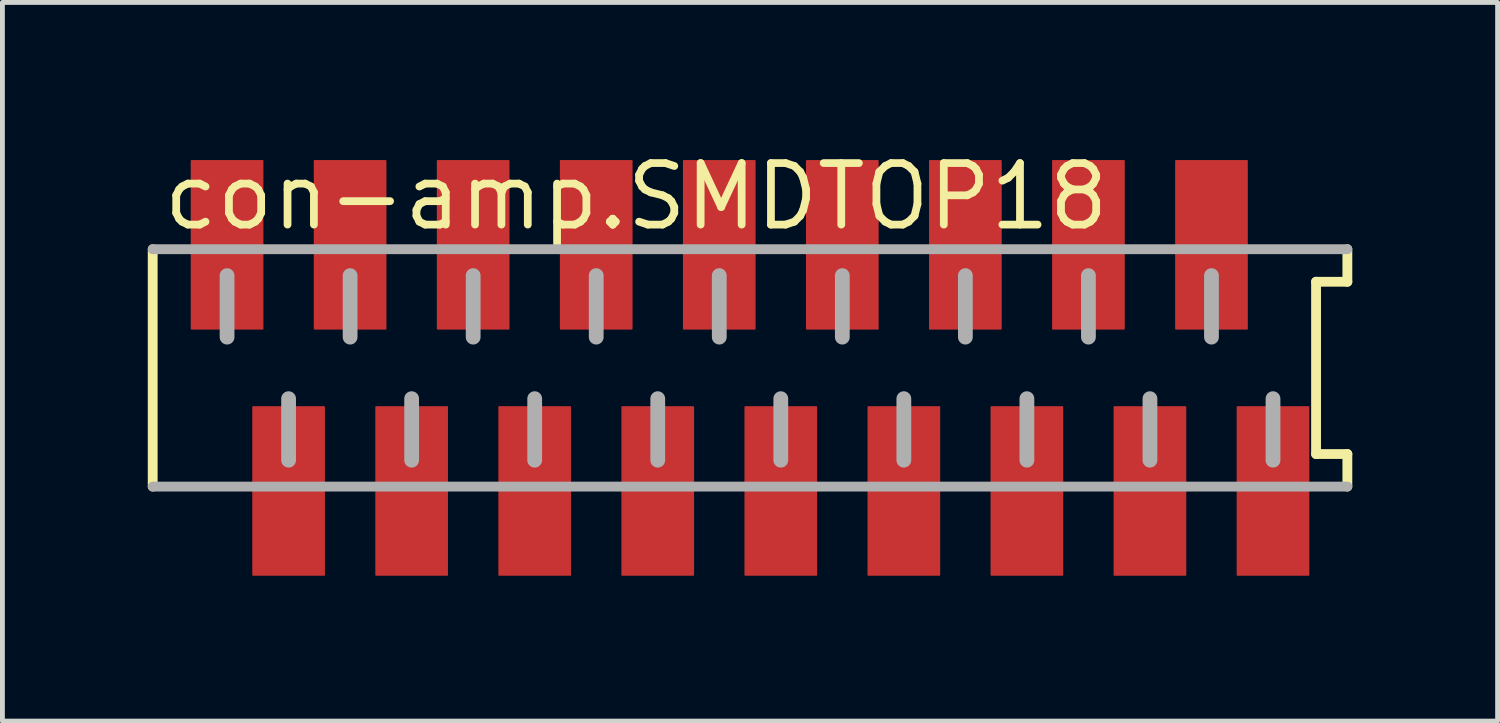
<source format=kicad_pcb>
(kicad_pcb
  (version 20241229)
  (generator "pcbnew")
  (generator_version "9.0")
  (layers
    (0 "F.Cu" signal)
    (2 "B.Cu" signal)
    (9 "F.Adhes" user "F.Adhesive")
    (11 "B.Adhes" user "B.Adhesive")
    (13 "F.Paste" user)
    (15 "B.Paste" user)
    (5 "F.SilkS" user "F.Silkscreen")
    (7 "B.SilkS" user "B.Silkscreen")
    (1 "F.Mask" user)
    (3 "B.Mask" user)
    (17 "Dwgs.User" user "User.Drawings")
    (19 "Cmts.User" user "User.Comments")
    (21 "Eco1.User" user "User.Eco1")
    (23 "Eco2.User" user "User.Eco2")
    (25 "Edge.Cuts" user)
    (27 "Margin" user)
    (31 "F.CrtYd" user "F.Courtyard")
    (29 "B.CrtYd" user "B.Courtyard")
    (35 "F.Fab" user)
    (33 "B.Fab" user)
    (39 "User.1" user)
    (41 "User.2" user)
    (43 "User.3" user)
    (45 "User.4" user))
  (footprint "con-amp.SMDTOP18"
    (layer "F.Cu")
    (at 12.432 4.544)
    (property "Reference" "con-amp.SMDTOP18" (at -12.192 -2.794 0) (layer "F.SilkS") (effects (font (size 1.27 1.27) (thickness 0.16)) (justify left bottom)))
    (attr smd)
    (fp_line (start -12.33 -2.45) (end -12.33 2.45) (stroke (width 0.203) (type default)) (layer "F.SilkS"))
    (fp_line (start 11.684 -1.778) (end 12.33 -1.778) (stroke (width 0.203) (type default)) (layer "F.SilkS"))
    (fp_line (start 11.684 1.778) (end 11.684 -1.778) (stroke (width 0.203) (type default)) (layer "F.SilkS"))
    (fp_line (start 12.33 -1.778) (end 12.33 -2.45) (stroke (width 0.203) (type default)) (layer "F.SilkS"))
    (fp_line (start 12.33 1.778) (end 11.684 1.778) (stroke (width 0.203) (type default)) (layer "F.SilkS"))
    (fp_line (start 12.33 2.45) (end 12.33 1.778) (stroke (width 0.203) (type default)) (layer "F.SilkS"))
    (fp_line (start -12.33 2.45) (end 12.33 2.45) (stroke (width 0.203) (type default)) (layer "F.Fab"))
    (fp_line (start -10.795 -1.905) (end -10.795 -0.635) (stroke (width 0.305) (type default)) (layer "F.Fab"))
    (fp_line (start -9.525 0.635) (end -9.525 1.905) (stroke (width 0.305) (type default)) (layer "F.Fab"))
    (fp_line (start -8.255 -1.905) (end -8.255 -0.635) (stroke (width 0.305) (type default)) (layer "F.Fab"))
    (fp_line (start -6.985 0.635) (end -6.985 1.905) (stroke (width 0.305) (type default)) (layer "F.Fab"))
    (fp_line (start -5.715 -1.905) (end -5.715 -0.635) (stroke (width 0.305) (type default)) (layer "F.Fab"))
    (fp_line (start -4.445 0.635) (end -4.445 1.905) (stroke (width 0.305) (type default)) (layer "F.Fab"))
    (fp_line (start -3.175 -1.905) (end -3.175 -0.635) (stroke (width 0.305) (type default)) (layer "F.Fab"))
    (fp_line (start -1.905 0.635) (end -1.905 1.905) (stroke (width 0.305) (type default)) (layer "F.Fab"))
    (fp_line (start -0.635 -1.905) (end -0.635 -0.635) (stroke (width 0.305) (type default)) (layer "F.Fab"))
    (fp_line (start 0.635 0.635) (end 0.635 1.905) (stroke (width 0.305) (type default)) (layer "F.Fab"))
    (fp_line (start 1.905 -1.905) (end 1.905 -0.635) (stroke (width 0.305) (type default)) (layer "F.Fab"))
    (fp_line (start 3.175 0.635) (end 3.175 1.905) (stroke (width 0.305) (type default)) (layer "F.Fab"))
    (fp_line (start 4.445 -1.905) (end 4.445 -0.635) (stroke (width 0.305) (type default)) (layer "F.Fab"))
    (fp_line (start 5.715 0.635) (end 5.715 1.905) (stroke (width 0.305) (type default)) (layer "F.Fab"))
    (fp_line (start 6.985 -1.905) (end 6.985 -0.635) (stroke (width 0.305) (type default)) (layer "F.Fab"))
    (fp_line (start 8.255 0.635) (end 8.255 1.905) (stroke (width 0.305) (type default)) (layer "F.Fab"))
    (fp_line (start 9.525 -1.905) (end 9.525 -0.635) (stroke (width 0.305) (type default)) (layer "F.Fab"))
    (fp_line (start 10.795 0.635) (end 10.795 1.905) (stroke (width 0.305) (type default)) (layer "F.Fab"))
    (fp_line (start 12.33 -2.45) (end -12.33 -2.45) (stroke (width 0.203) (type default)) (layer "F.Fab"))
    (pad "1" smd roundrect (at -10.795 -2.54) (size 1.5 3.5) (layers "F.Cu" "F.Mask" "F.Paste") (roundrect_rratio 0.01))
    (pad "2" smd roundrect (at -9.525 2.54) (size 1.5 3.5) (layers "F.Cu" "F.Mask" "F.Paste") (roundrect_rratio 0.01))
    (pad "3" smd roundrect (at -8.255 -2.54) (size 1.5 3.5) (layers "F.Cu" "F.Mask" "F.Paste") (roundrect_rratio 0.01))
    (pad "4" smd roundrect (at -6.985 2.54) (size 1.5 3.5) (layers "F.Cu" "F.Mask" "F.Paste") (roundrect_rratio 0.01))
    (pad "5" smd roundrect (at -5.715 -2.54) (size 1.5 3.5) (layers "F.Cu" "F.Mask" "F.Paste") (roundrect_rratio 0.01))
    (pad "6" smd roundrect (at -4.445 2.54) (size 1.5 3.5) (layers "F.Cu" "F.Mask" "F.Paste") (roundrect_rratio 0.01))
    (pad "7" smd roundrect (at -3.175 -2.54) (size 1.5 3.5) (layers "F.Cu" "F.Mask" "F.Paste") (roundrect_rratio 0.01))
    (pad "8" smd roundrect (at -1.905 2.54) (size 1.5 3.5) (layers "F.Cu" "F.Mask" "F.Paste") (roundrect_rratio 0.01))
    (pad "9" smd roundrect (at -0.635 -2.54) (size 1.5 3.5) (layers "F.Cu" "F.Mask" "F.Paste") (roundrect_rratio 0.01))
    (pad "10" smd roundrect (at 0.635 2.54) (size 1.5 3.5) (layers "F.Cu" "F.Mask" "F.Paste") (roundrect_rratio 0.01))
    (pad "11" smd roundrect (at 1.905 -2.54) (size 1.5 3.5) (layers "F.Cu" "F.Mask" "F.Paste") (roundrect_rratio 0.01))
    (pad "12" smd roundrect (at 3.175 2.54) (size 1.5 3.5) (layers "F.Cu" "F.Mask" "F.Paste") (roundrect_rratio 0.01))
    (pad "13" smd roundrect (at 4.445 -2.54) (size 1.5 3.5) (layers "F.Cu" "F.Mask" "F.Paste") (roundrect_rratio 0.01))
    (pad "14" smd roundrect (at 5.715 2.54) (size 1.5 3.5) (layers "F.Cu" "F.Mask" "F.Paste") (roundrect_rratio 0.01))
    (pad "15" smd roundrect (at 6.985 -2.54) (size 1.5 3.5) (layers "F.Cu" "F.Mask" "F.Paste") (roundrect_rratio 0.01))
    (pad "16" smd roundrect (at 8.255 2.54) (size 1.5 3.5) (layers "F.Cu" "F.Mask" "F.Paste") (roundrect_rratio 0.01))
    (pad "17" smd roundrect (at 9.525 -2.54) (size 1.5 3.5) (layers "F.Cu" "F.Mask" "F.Paste") (roundrect_rratio 0.01))
    (pad "18" smd roundrect (at 10.795 2.54) (size 1.5 3.5) (layers "F.Cu" "F.Mask" "F.Paste") (roundrect_rratio 0.01)))
  (gr_rect
    (start -3 -3)
    (end 27.863 11.834)
    (stroke (width 0.1) (type default))
    (fill no)
    (layer "Edge.Cuts")))
</source>
